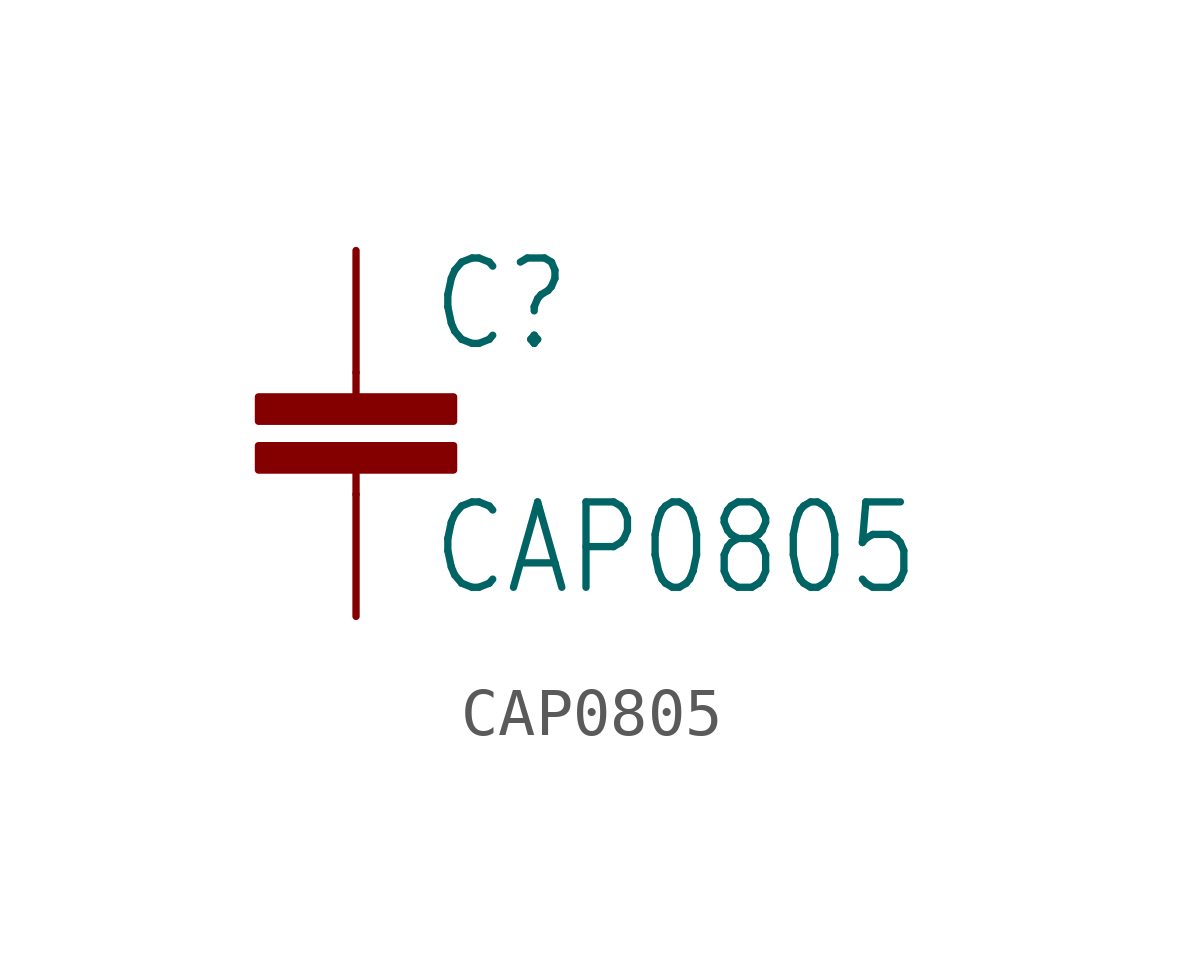
<source format=kicad_sym>
(kicad_symbol_lib
  (version 20220914)
  (generator kicad_symbol_editor)
  (symbol "CAP0805"
    (property "Reference" "C"
      (at 1.524 2.921 0)
      (effects (font (size 1.778 1.511)) (justify left bottom)))
    (property "Value" "CAP0805"
      (at 1.524 -2.159 0)
      (effects (font (size 1.778 1.511)) (justify left bottom)))
    (property "ki_locked" ""
      (at 0 0 0)
      (effects (font (size 1.27 1.27))))
    (symbol "CAP0805_1_0"
      (rectangle (start -2.032 0.508) (end 2.032 1.016) (stroke (width 0) (type default)) (fill (type outline)))
      (rectangle (start -2.032 1.524) (end 2.032 2.032) (stroke (width 0) (type default)) (fill (type outline)))
      (polyline (pts (xy 0 0) (xy 0 0.508)) (stroke (width 0.152) (type default)) (fill (type none)))
      (polyline (pts (xy 0 2.54) (xy 0 2.032)) (stroke (width 0.152) (type default)) (fill (type none)))
      (pin passive line (at 0 5.08 270) (length 2.54) (name "1" (effects (font (size 0 0)))) (number "1" (effects (font (size 0 0)))))
      (pin passive line (at 0 -2.54 90) (length 2.54) (name "2" (effects (font (size 0 0)))) (number "2" (effects (font (size 0 0))))))))
</source>
